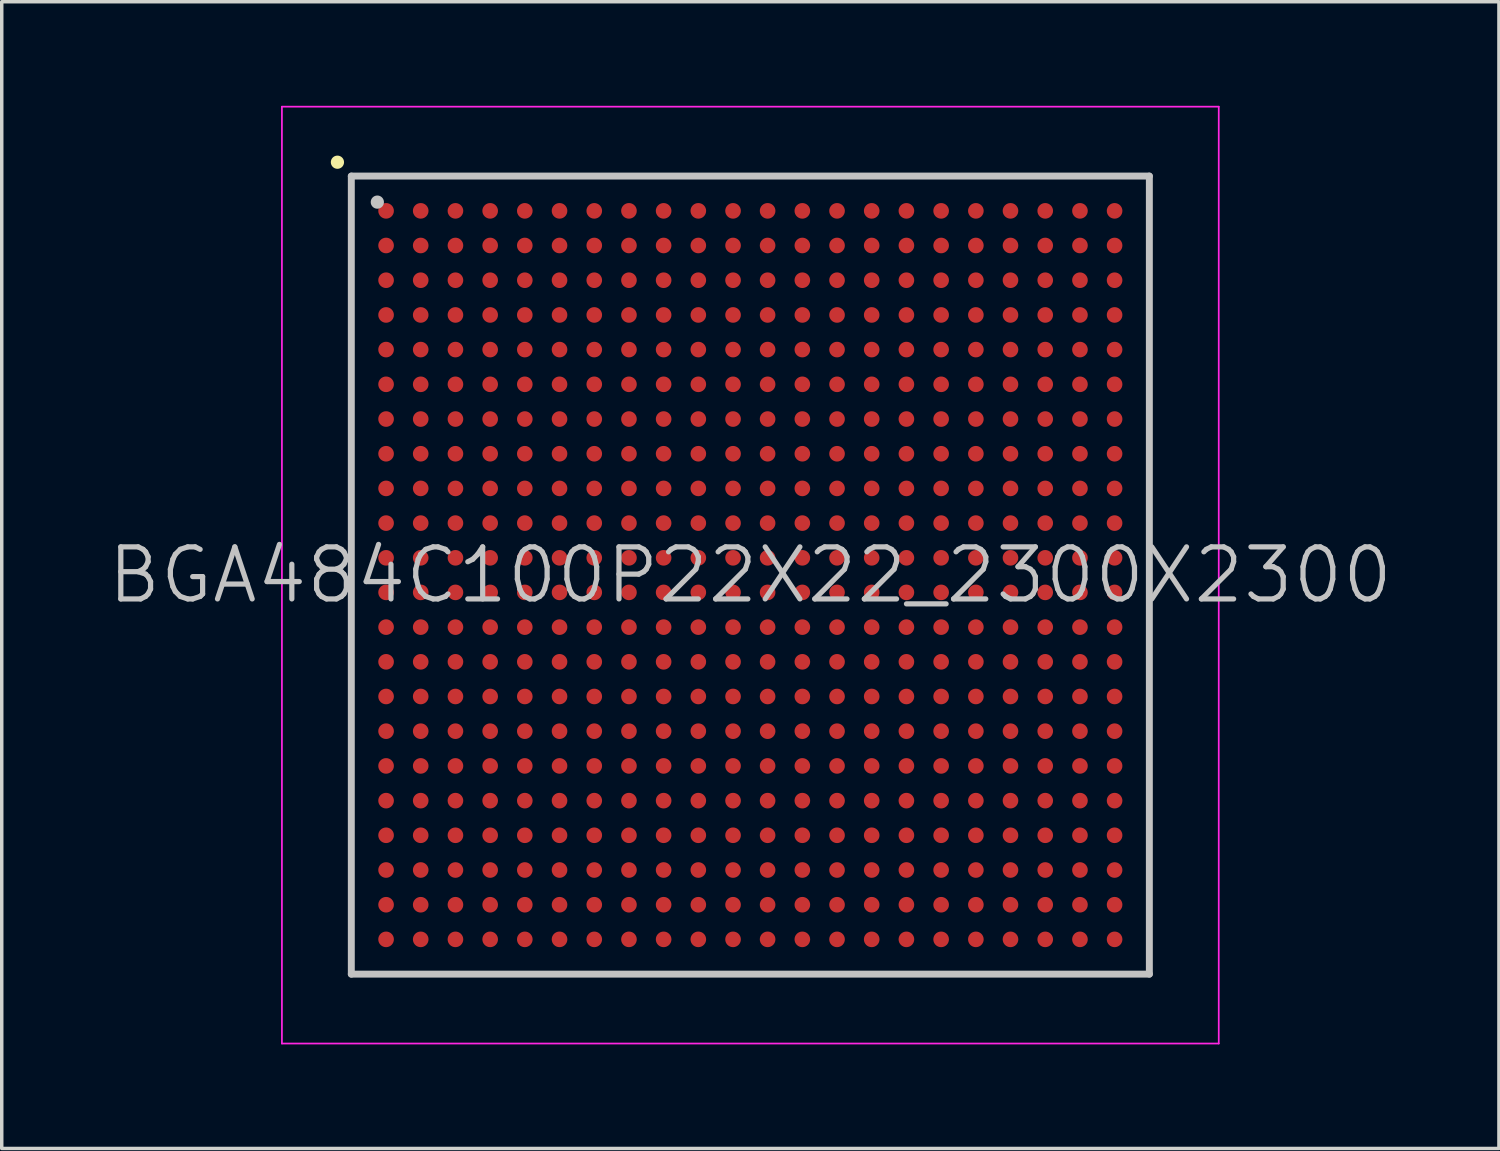
<source format=kicad_pcb>
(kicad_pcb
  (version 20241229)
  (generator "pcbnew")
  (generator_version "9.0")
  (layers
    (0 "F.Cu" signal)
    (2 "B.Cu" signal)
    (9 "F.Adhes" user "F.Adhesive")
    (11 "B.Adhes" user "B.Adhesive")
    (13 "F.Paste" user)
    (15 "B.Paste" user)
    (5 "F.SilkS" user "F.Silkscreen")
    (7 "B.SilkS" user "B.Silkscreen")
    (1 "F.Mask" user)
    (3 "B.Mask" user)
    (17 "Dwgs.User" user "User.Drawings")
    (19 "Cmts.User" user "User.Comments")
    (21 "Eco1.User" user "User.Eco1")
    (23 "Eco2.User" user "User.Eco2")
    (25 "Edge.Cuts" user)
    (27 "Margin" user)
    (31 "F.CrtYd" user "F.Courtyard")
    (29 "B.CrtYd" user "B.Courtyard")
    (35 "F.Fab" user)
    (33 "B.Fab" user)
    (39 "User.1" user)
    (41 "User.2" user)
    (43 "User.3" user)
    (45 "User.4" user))
  (footprint "BGA484C100P22X22_2300X2300"
    (layer "F.Cu")
    (at 18.575 13.525)
    (property "Reference" "BGA484C100P22X22_2300X2300" (at 0 0 0) (layer "Dwgs.User") (effects (font (size 1.5 1.5) (thickness 0.15))))
    (attr smd)
    (fp_line (start -11.9 -11.9) (end -11.9 -11.9) (stroke (width 0.381) (type solid)) (layer "F.SilkS"))
    (fp_line (start -11.5 -11.5) (end -11.5 11.5) (stroke (width 0.2) (type solid)) (layer "Dwgs.User"))
    (fp_line (start -11.5 -11.5) (end 11.5 -11.5) (stroke (width 0.2) (type solid)) (layer "Dwgs.User"))
    (fp_line (start -11.5 11.5) (end 11.5 11.5) (stroke (width 0.2) (type solid)) (layer "Dwgs.User"))
    (fp_line (start -10.75 -10.75) (end -10.75 -10.75) (stroke (width 0.381) (type solid)) (layer "Dwgs.User"))
    (fp_line (start 11.5 -11.5) (end 11.5 11.5) (stroke (width 0.2) (type solid)) (layer "Dwgs.User"))
    (fp_line (start -13.5 -13.5) (end -13.5 13.5) (stroke (width 0.05) (type solid)) (layer "F.CrtYd"))
    (fp_line (start -13.5 -13.5) (end 13.5 -13.5) (stroke (width 0.05) (type solid)) (layer "F.CrtYd"))
    (fp_line (start -13.5 13.5) (end 13.5 13.5) (stroke (width 0.05) (type solid)) (layer "F.CrtYd"))
    (fp_line (start 13.5 -13.5) (end 13.5 13.5) (stroke (width 0.05) (type solid)) (layer "F.CrtYd"))
    (pad "A1" smd circle (at -10.498 -10.498 270) (size 0.45 0.45) (layers "F.Cu" "F.Mask" "F.Paste"))
    (pad "A2" smd circle (at -9.5 -10.498 270) (size 0.45 0.45) (layers "F.Cu" "F.Mask" "F.Paste"))
    (pad "A3" smd circle (at -8.499 -10.498 270) (size 0.45 0.45) (layers "F.Cu" "F.Mask" "F.Paste"))
    (pad "A4" smd circle (at -7.498 -10.498 270) (size 0.45 0.45) (layers "F.Cu" "F.Mask" "F.Paste"))
    (pad "A5" smd circle (at -6.5 -10.498 270) (size 0.45 0.45) (layers "F.Cu" "F.Mask" "F.Paste"))
    (pad "A6" smd circle (at -5.499 -10.498 270) (size 0.45 0.45) (layers "F.Cu" "F.Mask" "F.Paste"))
    (pad "A7" smd circle (at -4.498 -10.498 270) (size 0.45 0.45) (layers "F.Cu" "F.Mask" "F.Paste"))
    (pad "A8" smd circle (at -3.498 -10.498 270) (size 0.45 0.45) (layers "F.Cu" "F.Mask" "F.Paste"))
    (pad "A9" smd circle (at -2.499 -10.498 270) (size 0.45 0.45) (layers "F.Cu" "F.Mask" "F.Paste"))
    (pad "A10" smd circle (at -1.499 -10.498 270) (size 0.45 0.45) (layers "F.Cu" "F.Mask" "F.Paste"))
    (pad "A11" smd circle (at -0.498 -10.498 270) (size 0.45 0.45) (layers "F.Cu" "F.Mask" "F.Paste"))
    (pad "A12" smd circle (at 0.498 -10.498 270) (size 0.45 0.45) (layers "F.Cu" "F.Mask" "F.Paste"))
    (pad "A13" smd circle (at 1.499 -10.498 270) (size 0.45 0.45) (layers "F.Cu" "F.Mask" "F.Paste"))
    (pad "A14" smd circle (at 2.499 -10.498 270) (size 0.45 0.45) (layers "F.Cu" "F.Mask" "F.Paste"))
    (pad "A15" smd circle (at 3.498 -10.498 270) (size 0.45 0.45) (layers "F.Cu" "F.Mask" "F.Paste"))
    (pad "A16" smd circle (at 4.498 -10.498 270) (size 0.45 0.45) (layers "F.Cu" "F.Mask" "F.Paste"))
    (pad "A17" smd circle (at 5.499 -10.498 270) (size 0.45 0.45) (layers "F.Cu" "F.Mask" "F.Paste"))
    (pad "A18" smd circle (at 6.5 -10.498 270) (size 0.45 0.45) (layers "F.Cu" "F.Mask" "F.Paste"))
    (pad "A19" smd circle (at 7.498 -10.498 270) (size 0.45 0.45) (layers "F.Cu" "F.Mask" "F.Paste"))
    (pad "A20" smd circle (at 8.499 -10.498 270) (size 0.45 0.45) (layers "F.Cu" "F.Mask" "F.Paste"))
    (pad "A21" smd circle (at 9.5 -10.498 270) (size 0.45 0.45) (layers "F.Cu" "F.Mask" "F.Paste"))
    (pad "A22" smd circle (at 10.498 -10.498 270) (size 0.45 0.45) (layers "F.Cu" "F.Mask" "F.Paste"))
    (pad "AA1" smd circle (at -10.498 9.5 270) (size 0.45 0.45) (layers "F.Cu" "F.Mask" "F.Paste"))
    (pad "AA2" smd circle (at -9.5 9.5 270) (size 0.45 0.45) (layers "F.Cu" "F.Mask" "F.Paste"))
    (pad "AA3" smd circle (at -8.499 9.5 270) (size 0.45 0.45) (layers "F.Cu" "F.Mask" "F.Paste"))
    (pad "AA4" smd circle (at -7.498 9.5 270) (size 0.45 0.45) (layers "F.Cu" "F.Mask" "F.Paste"))
    (pad "AA5" smd circle (at -6.5 9.5 270) (size 0.45 0.45) (layers "F.Cu" "F.Mask" "F.Paste"))
    (pad "AA6" smd circle (at -5.499 9.5 270) (size 0.45 0.45) (layers "F.Cu" "F.Mask" "F.Paste"))
    (pad "AA7" smd circle (at -4.498 9.5 270) (size 0.45 0.45) (layers "F.Cu" "F.Mask" "F.Paste"))
    (pad "AA8" smd circle (at -3.498 9.5 270) (size 0.45 0.45) (layers "F.Cu" "F.Mask" "F.Paste"))
    (pad "AA9" smd circle (at -2.499 9.5 270) (size 0.45 0.45) (layers "F.Cu" "F.Mask" "F.Paste"))
    (pad "AA10" smd circle (at -1.499 9.5 270) (size 0.45 0.45) (layers "F.Cu" "F.Mask" "F.Paste"))
    (pad "AA11" smd circle (at -0.498 9.5 270) (size 0.45 0.45) (layers "F.Cu" "F.Mask" "F.Paste"))
    (pad "AA12" smd circle (at 0.498 9.5 270) (size 0.45 0.45) (layers "F.Cu" "F.Mask" "F.Paste"))
    (pad "AA13" smd circle (at 1.499 9.5 270) (size 0.45 0.45) (layers "F.Cu" "F.Mask" "F.Paste"))
    (pad "AA14" smd circle (at 2.499 9.5 270) (size 0.45 0.45) (layers "F.Cu" "F.Mask" "F.Paste"))
    (pad "AA15" smd circle (at 3.498 9.5 270) (size 0.45 0.45) (layers "F.Cu" "F.Mask" "F.Paste"))
    (pad "AA16" smd circle (at 4.498 9.5 270) (size 0.45 0.45) (layers "F.Cu" "F.Mask" "F.Paste"))
    (pad "AA17" smd circle (at 5.499 9.5 270) (size 0.45 0.45) (layers "F.Cu" "F.Mask" "F.Paste"))
    (pad "AA18" smd circle (at 6.5 9.5 270) (size 0.45 0.45) (layers "F.Cu" "F.Mask" "F.Paste"))
    (pad "AA19" smd circle (at 7.498 9.5 270) (size 0.45 0.45) (layers "F.Cu" "F.Mask" "F.Paste"))
    (pad "AA20" smd circle (at 8.499 9.5 270) (size 0.45 0.45) (layers "F.Cu" "F.Mask" "F.Paste"))
    (pad "AA21" smd circle (at 9.5 9.5 270) (size 0.45 0.45) (layers "F.Cu" "F.Mask" "F.Paste"))
    (pad "AA22" smd circle (at 10.498 9.5 270) (size 0.45 0.45) (layers "F.Cu" "F.Mask" "F.Paste"))
    (pad "AB1" smd circle (at -10.498 10.498 270) (size 0.45 0.45) (layers "F.Cu" "F.Mask" "F.Paste"))
    (pad "AB2" smd circle (at -9.5 10.498 270) (size 0.45 0.45) (layers "F.Cu" "F.Mask" "F.Paste"))
    (pad "AB3" smd circle (at -8.499 10.498 270) (size 0.45 0.45) (layers "F.Cu" "F.Mask" "F.Paste"))
    (pad "AB4" smd circle (at -7.498 10.498 270) (size 0.45 0.45) (layers "F.Cu" "F.Mask" "F.Paste"))
    (pad "AB5" smd circle (at -6.5 10.498 270) (size 0.45 0.45) (layers "F.Cu" "F.Mask" "F.Paste"))
    (pad "AB6" smd circle (at -5.499 10.498 270) (size 0.45 0.45) (layers "F.Cu" "F.Mask" "F.Paste"))
    (pad "AB7" smd circle (at -4.498 10.498 270) (size 0.45 0.45) (layers "F.Cu" "F.Mask" "F.Paste"))
    (pad "AB8" smd circle (at -3.498 10.498 270) (size 0.45 0.45) (layers "F.Cu" "F.Mask" "F.Paste"))
    (pad "AB9" smd circle (at -2.499 10.498 270) (size 0.45 0.45) (layers "F.Cu" "F.Mask" "F.Paste"))
    (pad "AB10" smd circle (at -1.499 10.498 270) (size 0.45 0.45) (layers "F.Cu" "F.Mask" "F.Paste"))
    (pad "AB11" smd circle (at -0.498 10.498 270) (size 0.45 0.45) (layers "F.Cu" "F.Mask" "F.Paste"))
    (pad "AB12" smd circle (at 0.498 10.498 270) (size 0.45 0.45) (layers "F.Cu" "F.Mask" "F.Paste"))
    (pad "AB13" smd circle (at 1.499 10.498 270) (size 0.45 0.45) (layers "F.Cu" "F.Mask" "F.Paste"))
    (pad "AB14" smd circle (at 2.499 10.498 270) (size 0.45 0.45) (layers "F.Cu" "F.Mask" "F.Paste"))
    (pad "AB15" smd circle (at 3.498 10.498 270) (size 0.45 0.45) (layers "F.Cu" "F.Mask" "F.Paste"))
    (pad "AB16" smd circle (at 4.498 10.498 270) (size 0.45 0.45) (layers "F.Cu" "F.Mask" "F.Paste"))
    (pad "AB17" smd circle (at 5.499 10.498 270) (size 0.45 0.45) (layers "F.Cu" "F.Mask" "F.Paste"))
    (pad "AB18" smd circle (at 6.5 10.498 270) (size 0.45 0.45) (layers "F.Cu" "F.Mask" "F.Paste"))
    (pad "AB19" smd circle (at 7.498 10.498 270) (size 0.45 0.45) (layers "F.Cu" "F.Mask" "F.Paste"))
    (pad "AB20" smd circle (at 8.499 10.498 270) (size 0.45 0.45) (layers "F.Cu" "F.Mask" "F.Paste"))
    (pad "AB21" smd circle (at 9.5 10.498 270) (size 0.45 0.45) (layers "F.Cu" "F.Mask" "F.Paste"))
    (pad "AB22" smd circle (at 10.498 10.498 270) (size 0.45 0.45) (layers "F.Cu" "F.Mask" "F.Paste"))
    (pad "B1" smd circle (at -10.498 -9.5 270) (size 0.45 0.45) (layers "F.Cu" "F.Mask" "F.Paste"))
    (pad "B2" smd circle (at -9.5 -9.5 270) (size 0.45 0.45) (layers "F.Cu" "F.Mask" "F.Paste"))
    (pad "B3" smd circle (at -8.499 -9.5 270) (size 0.45 0.45) (layers "F.Cu" "F.Mask" "F.Paste"))
    (pad "B4" smd circle (at -7.498 -9.5 270) (size 0.45 0.45) (layers "F.Cu" "F.Mask" "F.Paste"))
    (pad "B5" smd circle (at -6.5 -9.5 270) (size 0.45 0.45) (layers "F.Cu" "F.Mask" "F.Paste"))
    (pad "B6" smd circle (at -5.499 -9.5 270) (size 0.45 0.45) (layers "F.Cu" "F.Mask" "F.Paste"))
    (pad "B7" smd circle (at -4.498 -9.5 270) (size 0.45 0.45) (layers "F.Cu" "F.Mask" "F.Paste"))
    (pad "B8" smd circle (at -3.498 -9.5 270) (size 0.45 0.45) (layers "F.Cu" "F.Mask" "F.Paste"))
    (pad "B9" smd circle (at -2.499 -9.5 270) (size 0.45 0.45) (layers "F.Cu" "F.Mask" "F.Paste"))
    (pad "B10" smd circle (at -1.499 -9.5 270) (size 0.45 0.45) (layers "F.Cu" "F.Mask" "F.Paste"))
    (pad "B11" smd circle (at -0.498 -9.5 270) (size 0.45 0.45) (layers "F.Cu" "F.Mask" "F.Paste"))
    (pad "B12" smd circle (at 0.498 -9.5 270) (size 0.45 0.45) (layers "F.Cu" "F.Mask" "F.Paste"))
    (pad "B13" smd circle (at 1.499 -9.5 270) (size 0.45 0.45) (layers "F.Cu" "F.Mask" "F.Paste"))
    (pad "B14" smd circle (at 2.499 -9.5 270) (size 0.45 0.45) (layers "F.Cu" "F.Mask" "F.Paste"))
    (pad "B15" smd circle (at 3.498 -9.5 270) (size 0.45 0.45) (layers "F.Cu" "F.Mask" "F.Paste"))
    (pad "B16" smd circle (at 4.498 -9.5 270) (size 0.45 0.45) (layers "F.Cu" "F.Mask" "F.Paste"))
    (pad "B17" smd circle (at 5.499 -9.5 270) (size 0.45 0.45) (layers "F.Cu" "F.Mask" "F.Paste"))
    (pad "B18" smd circle (at 6.5 -9.5 270) (size 0.45 0.45) (layers "F.Cu" "F.Mask" "F.Paste"))
    (pad "B19" smd circle (at 7.498 -9.5 270) (size 0.45 0.45) (layers "F.Cu" "F.Mask" "F.Paste"))
    (pad "B20" smd circle (at 8.499 -9.5 270) (size 0.45 0.45) (layers "F.Cu" "F.Mask" "F.Paste"))
    (pad "B21" smd circle (at 9.5 -9.5 270) (size 0.45 0.45) (layers "F.Cu" "F.Mask" "F.Paste"))
    (pad "B22" smd circle (at 10.498 -9.5 270) (size 0.45 0.45) (layers "F.Cu" "F.Mask" "F.Paste"))
    (pad "C1" smd circle (at -10.498 -8.499 270) (size 0.45 0.45) (layers "F.Cu" "F.Mask" "F.Paste"))
    (pad "C2" smd circle (at -9.5 -8.499 270) (size 0.45 0.45) (layers "F.Cu" "F.Mask" "F.Paste"))
    (pad "C3" smd circle (at -8.499 -8.499 270) (size 0.45 0.45) (layers "F.Cu" "F.Mask" "F.Paste"))
    (pad "C4" smd circle (at -7.498 -8.499 270) (size 0.45 0.45) (layers "F.Cu" "F.Mask" "F.Paste"))
    (pad "C5" smd circle (at -6.5 -8.499 270) (size 0.45 0.45) (layers "F.Cu" "F.Mask" "F.Paste"))
    (pad "C6" smd circle (at -5.499 -8.499 270) (size 0.45 0.45) (layers "F.Cu" "F.Mask" "F.Paste"))
    (pad "C7" smd circle (at -4.498 -8.499 270) (size 0.45 0.45) (layers "F.Cu" "F.Mask" "F.Paste"))
    (pad "C8" smd circle (at -3.498 -8.499 270) (size 0.45 0.45) (layers "F.Cu" "F.Mask" "F.Paste"))
    (pad "C9" smd circle (at -2.499 -8.499 270) (size 0.45 0.45) (layers "F.Cu" "F.Mask" "F.Paste"))
    (pad "C10" smd circle (at -1.499 -8.499 270) (size 0.45 0.45) (layers "F.Cu" "F.Mask" "F.Paste"))
    (pad "C11" smd circle (at -0.498 -8.499 270) (size 0.45 0.45) (layers "F.Cu" "F.Mask" "F.Paste"))
    (pad "C12" smd circle (at 0.498 -8.499 270) (size 0.45 0.45) (layers "F.Cu" "F.Mask" "F.Paste"))
    (pad "C13" smd circle (at 1.499 -8.499 270) (size 0.45 0.45) (layers "F.Cu" "F.Mask" "F.Paste"))
    (pad "C14" smd circle (at 2.499 -8.499 270) (size 0.45 0.45) (layers "F.Cu" "F.Mask" "F.Paste"))
    (pad "C15" smd circle (at 3.498 -8.499 270) (size 0.45 0.45) (layers "F.Cu" "F.Mask" "F.Paste"))
    (pad "C16" smd circle (at 4.498 -8.499 270) (size 0.45 0.45) (layers "F.Cu" "F.Mask" "F.Paste"))
    (pad "C17" smd circle (at 5.499 -8.499 270) (size 0.45 0.45) (layers "F.Cu" "F.Mask" "F.Paste"))
    (pad "C18" smd circle (at 6.5 -8.499 270) (size 0.45 0.45) (layers "F.Cu" "F.Mask" "F.Paste"))
    (pad "C19" smd circle (at 7.498 -8.499 270) (size 0.45 0.45) (layers "F.Cu" "F.Mask" "F.Paste"))
    (pad "C20" smd circle (at 8.499 -8.499 270) (size 0.45 0.45) (layers "F.Cu" "F.Mask" "F.Paste"))
    (pad "C21" smd circle (at 9.5 -8.499 270) (size 0.45 0.45) (layers "F.Cu" "F.Mask" "F.Paste"))
    (pad "C22" smd circle (at 10.498 -8.499 270) (size 0.45 0.45) (layers "F.Cu" "F.Mask" "F.Paste"))
    (pad "D1" smd circle (at -10.498 -7.498 270) (size 0.45 0.45) (layers "F.Cu" "F.Mask" "F.Paste"))
    (pad "D2" smd circle (at -9.5 -7.498 270) (size 0.45 0.45) (layers "F.Cu" "F.Mask" "F.Paste"))
    (pad "D3" smd circle (at -8.499 -7.498 270) (size 0.45 0.45) (layers "F.Cu" "F.Mask" "F.Paste"))
    (pad "D4" smd circle (at -7.498 -7.498 270) (size 0.45 0.45) (layers "F.Cu" "F.Mask" "F.Paste"))
    (pad "D5" smd circle (at -6.5 -7.498 270) (size 0.45 0.45) (layers "F.Cu" "F.Mask" "F.Paste"))
    (pad "D6" smd circle (at -5.499 -7.498 270) (size 0.45 0.45) (layers "F.Cu" "F.Mask" "F.Paste"))
    (pad "D7" smd circle (at -4.498 -7.498 270) (size 0.45 0.45) (layers "F.Cu" "F.Mask" "F.Paste"))
    (pad "D8" smd circle (at -3.498 -7.498 270) (size 0.45 0.45) (layers "F.Cu" "F.Mask" "F.Paste"))
    (pad "D9" smd circle (at -2.499 -7.498 270) (size 0.45 0.45) (layers "F.Cu" "F.Mask" "F.Paste"))
    (pad "D10" smd circle (at -1.499 -7.498 270) (size 0.45 0.45) (layers "F.Cu" "F.Mask" "F.Paste"))
    (pad "D11" smd circle (at -0.498 -7.498 270) (size 0.45 0.45) (layers "F.Cu" "F.Mask" "F.Paste"))
    (pad "D12" smd circle (at 0.498 -7.498 270) (size 0.45 0.45) (layers "F.Cu" "F.Mask" "F.Paste"))
    (pad "D13" smd circle (at 1.499 -7.498 270) (size 0.45 0.45) (layers "F.Cu" "F.Mask" "F.Paste"))
    (pad "D14" smd circle (at 2.499 -7.498 270) (size 0.45 0.45) (layers "F.Cu" "F.Mask" "F.Paste"))
    (pad "D15" smd circle (at 3.498 -7.498 270) (size 0.45 0.45) (layers "F.Cu" "F.Mask" "F.Paste"))
    (pad "D16" smd circle (at 4.498 -7.498 270) (size 0.45 0.45) (layers "F.Cu" "F.Mask" "F.Paste"))
    (pad "D17" smd circle (at 5.499 -7.498 270) (size 0.45 0.45) (layers "F.Cu" "F.Mask" "F.Paste"))
    (pad "D18" smd circle (at 6.5 -7.498 270) (size 0.45 0.45) (layers "F.Cu" "F.Mask" "F.Paste"))
    (pad "D19" smd circle (at 7.498 -7.498 270) (size 0.45 0.45) (layers "F.Cu" "F.Mask" "F.Paste"))
    (pad "D20" smd circle (at 8.499 -7.498 270) (size 0.45 0.45) (layers "F.Cu" "F.Mask" "F.Paste"))
    (pad "D21" smd circle (at 9.5 -7.498 270) (size 0.45 0.45) (layers "F.Cu" "F.Mask" "F.Paste"))
    (pad "D22" smd circle (at 10.498 -7.498 270) (size 0.45 0.45) (layers "F.Cu" "F.Mask" "F.Paste"))
    (pad "E1" smd circle (at -10.498 -6.5 270) (size 0.45 0.45) (layers "F.Cu" "F.Mask" "F.Paste"))
    (pad "E2" smd circle (at -9.5 -6.5 270) (size 0.45 0.45) (layers "F.Cu" "F.Mask" "F.Paste"))
    (pad "E3" smd circle (at -8.499 -6.5 270) (size 0.45 0.45) (layers "F.Cu" "F.Mask" "F.Paste"))
    (pad "E4" smd circle (at -7.498 -6.5 270) (size 0.45 0.45) (layers "F.Cu" "F.Mask" "F.Paste"))
    (pad "E5" smd circle (at -6.5 -6.5 270) (size 0.45 0.45) (layers "F.Cu" "F.Mask" "F.Paste"))
    (pad "E6" smd circle (at -5.499 -6.5 270) (size 0.45 0.45) (layers "F.Cu" "F.Mask" "F.Paste"))
    (pad "E7" smd circle (at -4.498 -6.5 270) (size 0.45 0.45) (layers "F.Cu" "F.Mask" "F.Paste"))
    (pad "E8" smd circle (at -3.498 -6.5 270) (size 0.45 0.45) (layers "F.Cu" "F.Mask" "F.Paste"))
    (pad "E9" smd circle (at -2.499 -6.5 270) (size 0.45 0.45) (layers "F.Cu" "F.Mask" "F.Paste"))
    (pad "E10" smd circle (at -1.499 -6.5 270) (size 0.45 0.45) (layers "F.Cu" "F.Mask" "F.Paste"))
    (pad "E11" smd circle (at -0.498 -6.5 270) (size 0.45 0.45) (layers "F.Cu" "F.Mask" "F.Paste"))
    (pad "E12" smd circle (at 0.498 -6.5 270) (size 0.45 0.45) (layers "F.Cu" "F.Mask" "F.Paste"))
    (pad "E13" smd circle (at 1.499 -6.5 270) (size 0.45 0.45) (layers "F.Cu" "F.Mask" "F.Paste"))
    (pad "E14" smd circle (at 2.499 -6.5 270) (size 0.45 0.45) (layers "F.Cu" "F.Mask" "F.Paste"))
    (pad "E15" smd circle (at 3.498 -6.5 270) (size 0.45 0.45) (layers "F.Cu" "F.Mask" "F.Paste"))
    (pad "E16" smd circle (at 4.498 -6.5 270) (size 0.45 0.45) (layers "F.Cu" "F.Mask" "F.Paste"))
    (pad "E17" smd circle (at 5.499 -6.5 270) (size 0.45 0.45) (layers "F.Cu" "F.Mask" "F.Paste"))
    (pad "E18" smd circle (at 6.5 -6.5 270) (size 0.45 0.45) (layers "F.Cu" "F.Mask" "F.Paste"))
    (pad "E19" smd circle (at 7.498 -6.5 270) (size 0.45 0.45) (layers "F.Cu" "F.Mask" "F.Paste"))
    (pad "E20" smd circle (at 8.499 -6.5 270) (size 0.45 0.45) (layers "F.Cu" "F.Mask" "F.Paste"))
    (pad "E21" smd circle (at 9.5 -6.5 270) (size 0.45 0.45) (layers "F.Cu" "F.Mask" "F.Paste"))
    (pad "E22" smd circle (at 10.498 -6.5 270) (size 0.45 0.45) (layers "F.Cu" "F.Mask" "F.Paste"))
    (pad "F1" smd circle (at -10.498 -5.499 270) (size 0.45 0.45) (layers "F.Cu" "F.Mask" "F.Paste"))
    (pad "F2" smd circle (at -9.5 -5.499 270) (size 0.45 0.45) (layers "F.Cu" "F.Mask" "F.Paste"))
    (pad "F3" smd circle (at -8.499 -5.499 270) (size 0.45 0.45) (layers "F.Cu" "F.Mask" "F.Paste"))
    (pad "F4" smd circle (at -7.498 -5.499 270) (size 0.45 0.45) (layers "F.Cu" "F.Mask" "F.Paste"))
    (pad "F5" smd circle (at -6.5 -5.499 270) (size 0.45 0.45) (layers "F.Cu" "F.Mask" "F.Paste"))
    (pad "F6" smd circle (at -5.499 -5.499 270) (size 0.45 0.45) (layers "F.Cu" "F.Mask" "F.Paste"))
    (pad "F7" smd circle (at -4.498 -5.499 270) (size 0.45 0.45) (layers "F.Cu" "F.Mask" "F.Paste"))
    (pad "F8" smd circle (at -3.498 -5.499 270) (size 0.45 0.45) (layers "F.Cu" "F.Mask" "F.Paste"))
    (pad "F9" smd circle (at -2.499 -5.499 270) (size 0.45 0.45) (layers "F.Cu" "F.Mask" "F.Paste"))
    (pad "F10" smd circle (at -1.499 -5.499 270) (size 0.45 0.45) (layers "F.Cu" "F.Mask" "F.Paste"))
    (pad "F11" smd circle (at -0.498 -5.499 270) (size 0.45 0.45) (layers "F.Cu" "F.Mask" "F.Paste"))
    (pad "F12" smd circle (at 0.498 -5.499 270) (size 0.45 0.45) (layers "F.Cu" "F.Mask" "F.Paste"))
    (pad "F13" smd circle (at 1.499 -5.499 270) (size 0.45 0.45) (layers "F.Cu" "F.Mask" "F.Paste"))
    (pad "F14" smd circle (at 2.499 -5.499 270) (size 0.45 0.45) (layers "F.Cu" "F.Mask" "F.Paste"))
    (pad "F15" smd circle (at 3.498 -5.499 270) (size 0.45 0.45) (layers "F.Cu" "F.Mask" "F.Paste"))
    (pad "F16" smd circle (at 4.498 -5.499 270) (size 0.45 0.45) (layers "F.Cu" "F.Mask" "F.Paste"))
    (pad "F17" smd circle (at 5.499 -5.499 270) (size 0.45 0.45) (layers "F.Cu" "F.Mask" "F.Paste"))
    (pad "F18" smd circle (at 6.5 -5.499 270) (size 0.45 0.45) (layers "F.Cu" "F.Mask" "F.Paste"))
    (pad "F19" smd circle (at 7.498 -5.499 270) (size 0.45 0.45) (layers "F.Cu" "F.Mask" "F.Paste"))
    (pad "F20" smd circle (at 8.499 -5.499 270) (size 0.45 0.45) (layers "F.Cu" "F.Mask" "F.Paste"))
    (pad "F21" smd circle (at 9.5 -5.499 270) (size 0.45 0.45) (layers "F.Cu" "F.Mask" "F.Paste"))
    (pad "F22" smd circle (at 10.498 -5.499 270) (size 0.45 0.45) (layers "F.Cu" "F.Mask" "F.Paste"))
    (pad "G1" smd circle (at -10.498 -4.498 270) (size 0.45 0.45) (layers "F.Cu" "F.Mask" "F.Paste"))
    (pad "G2" smd circle (at -9.5 -4.498 270) (size 0.45 0.45) (layers "F.Cu" "F.Mask" "F.Paste"))
    (pad "G3" smd circle (at -8.499 -4.498 270) (size 0.45 0.45) (layers "F.Cu" "F.Mask" "F.Paste"))
    (pad "G4" smd circle (at -7.498 -4.498 270) (size 0.45 0.45) (layers "F.Cu" "F.Mask" "F.Paste"))
    (pad "G5" smd circle (at -6.5 -4.498 270) (size 0.45 0.45) (layers "F.Cu" "F.Mask" "F.Paste"))
    (pad "G6" smd circle (at -5.499 -4.498 270) (size 0.45 0.45) (layers "F.Cu" "F.Mask" "F.Paste"))
    (pad "G7" smd circle (at -4.498 -4.498 270) (size 0.45 0.45) (layers "F.Cu" "F.Mask" "F.Paste"))
    (pad "G8" smd circle (at -3.498 -4.498 270) (size 0.45 0.45) (layers "F.Cu" "F.Mask" "F.Paste"))
    (pad "G9" smd circle (at -2.499 -4.498 270) (size 0.45 0.45) (layers "F.Cu" "F.Mask" "F.Paste"))
    (pad "G10" smd circle (at -1.499 -4.498 270) (size 0.45 0.45) (layers "F.Cu" "F.Mask" "F.Paste"))
    (pad "G11" smd circle (at -0.498 -4.498 270) (size 0.45 0.45) (layers "F.Cu" "F.Mask" "F.Paste"))
    (pad "G12" smd circle (at 0.498 -4.498 270) (size 0.45 0.45) (layers "F.Cu" "F.Mask" "F.Paste"))
    (pad "G13" smd circle (at 1.499 -4.498 270) (size 0.45 0.45) (layers "F.Cu" "F.Mask" "F.Paste"))
    (pad "G14" smd circle (at 2.499 -4.498 270) (size 0.45 0.45) (layers "F.Cu" "F.Mask" "F.Paste"))
    (pad "G15" smd circle (at 3.498 -4.498 270) (size 0.45 0.45) (layers "F.Cu" "F.Mask" "F.Paste"))
    (pad "G16" smd circle (at 4.498 -4.498 270) (size 0.45 0.45) (layers "F.Cu" "F.Mask" "F.Paste"))
    (pad "G17" smd circle (at 5.499 -4.498 270) (size 0.45 0.45) (layers "F.Cu" "F.Mask" "F.Paste"))
    (pad "G18" smd circle (at 6.5 -4.498 270) (size 0.45 0.45) (layers "F.Cu" "F.Mask" "F.Paste"))
    (pad "G19" smd circle (at 7.498 -4.498 270) (size 0.45 0.45) (layers "F.Cu" "F.Mask" "F.Paste"))
    (pad "G20" smd circle (at 8.499 -4.498 270) (size 0.45 0.45) (layers "F.Cu" "F.Mask" "F.Paste"))
    (pad "G21" smd circle (at 9.5 -4.498 270) (size 0.45 0.45) (layers "F.Cu" "F.Mask" "F.Paste"))
    (pad "G22" smd circle (at 10.498 -4.498 270) (size 0.45 0.45) (layers "F.Cu" "F.Mask" "F.Paste"))
    (pad "H1" smd circle (at -10.498 -3.498 270) (size 0.45 0.45) (layers "F.Cu" "F.Mask" "F.Paste"))
    (pad "H2" smd circle (at -9.5 -3.498 270) (size 0.45 0.45) (layers "F.Cu" "F.Mask" "F.Paste"))
    (pad "H3" smd circle (at -8.499 -3.498 270) (size 0.45 0.45) (layers "F.Cu" "F.Mask" "F.Paste"))
    (pad "H4" smd circle (at -7.498 -3.498 270) (size 0.45 0.45) (layers "F.Cu" "F.Mask" "F.Paste"))
    (pad "H5" smd circle (at -6.5 -3.498 270) (size 0.45 0.45) (layers "F.Cu" "F.Mask" "F.Paste"))
    (pad "H6" smd circle (at -5.499 -3.498 270) (size 0.45 0.45) (layers "F.Cu" "F.Mask" "F.Paste"))
    (pad "H7" smd circle (at -4.498 -3.498 270) (size 0.45 0.45) (layers "F.Cu" "F.Mask" "F.Paste"))
    (pad "H8" smd circle (at -3.498 -3.498 270) (size 0.45 0.45) (layers "F.Cu" "F.Mask" "F.Paste"))
    (pad "H9" smd circle (at -2.499 -3.498 270) (size 0.45 0.45) (layers "F.Cu" "F.Mask" "F.Paste"))
    (pad "H10" smd circle (at -1.499 -3.498 270) (size 0.45 0.45) (layers "F.Cu" "F.Mask" "F.Paste"))
    (pad "H11" smd circle (at -0.498 -3.498 270) (size 0.45 0.45) (layers "F.Cu" "F.Mask" "F.Paste"))
    (pad "H12" smd circle (at 0.498 -3.498 270) (size 0.45 0.45) (layers "F.Cu" "F.Mask" "F.Paste"))
    (pad "H13" smd circle (at 1.499 -3.498 270) (size 0.45 0.45) (layers "F.Cu" "F.Mask" "F.Paste"))
    (pad "H14" smd circle (at 2.499 -3.498 270) (size 0.45 0.45) (layers "F.Cu" "F.Mask" "F.Paste"))
    (pad "H15" smd circle (at 3.498 -3.498 270) (size 0.45 0.45) (layers "F.Cu" "F.Mask" "F.Paste"))
    (pad "H16" smd circle (at 4.498 -3.498 270) (size 0.45 0.45) (layers "F.Cu" "F.Mask" "F.Paste"))
    (pad "H17" smd circle (at 5.499 -3.498 270) (size 0.45 0.45) (layers "F.Cu" "F.Mask" "F.Paste"))
    (pad "H18" smd circle (at 6.5 -3.498 270) (size 0.45 0.45) (layers "F.Cu" "F.Mask" "F.Paste"))
    (pad "H19" smd circle (at 7.498 -3.498 270) (size 0.45 0.45) (layers "F.Cu" "F.Mask" "F.Paste"))
    (pad "H20" smd circle (at 8.499 -3.498 270) (size 0.45 0.45) (layers "F.Cu" "F.Mask" "F.Paste"))
    (pad "H21" smd circle (at 9.5 -3.498 270) (size 0.45 0.45) (layers "F.Cu" "F.Mask" "F.Paste"))
    (pad "H22" smd circle (at 10.498 -3.498 270) (size 0.45 0.45) (layers "F.Cu" "F.Mask" "F.Paste"))
    (pad "J1" smd circle (at -10.498 -2.499 270) (size 0.45 0.45) (layers "F.Cu" "F.Mask" "F.Paste"))
    (pad "J2" smd circle (at -9.5 -2.499 270) (size 0.45 0.45) (layers "F.Cu" "F.Mask" "F.Paste"))
    (pad "J3" smd circle (at -8.499 -2.499 270) (size 0.45 0.45) (layers "F.Cu" "F.Mask" "F.Paste"))
    (pad "J4" smd circle (at -7.498 -2.499 270) (size 0.45 0.45) (layers "F.Cu" "F.Mask" "F.Paste"))
    (pad "J5" smd circle (at -6.5 -2.499 270) (size 0.45 0.45) (layers "F.Cu" "F.Mask" "F.Paste"))
    (pad "J6" smd circle (at -5.499 -2.499 270) (size 0.45 0.45) (layers "F.Cu" "F.Mask" "F.Paste"))
    (pad "J7" smd circle (at -4.498 -2.499 270) (size 0.45 0.45) (layers "F.Cu" "F.Mask" "F.Paste"))
    (pad "J8" smd circle (at -3.498 -2.499 270) (size 0.45 0.45) (layers "F.Cu" "F.Mask" "F.Paste"))
    (pad "J9" smd circle (at -2.499 -2.499 270) (size 0.45 0.45) (layers "F.Cu" "F.Mask" "F.Paste"))
    (pad "J10" smd circle (at -1.499 -2.499 270) (size 0.45 0.45) (layers "F.Cu" "F.Mask" "F.Paste"))
    (pad "J11" smd circle (at -0.498 -2.499 270) (size 0.45 0.45) (layers "F.Cu" "F.Mask" "F.Paste"))
    (pad "J12" smd circle (at 0.498 -2.499 270) (size 0.45 0.45) (layers "F.Cu" "F.Mask" "F.Paste"))
    (pad "J13" smd circle (at 1.499 -2.499 270) (size 0.45 0.45) (layers "F.Cu" "F.Mask" "F.Paste"))
    (pad "J14" smd circle (at 2.499 -2.499 270) (size 0.45 0.45) (layers "F.Cu" "F.Mask" "F.Paste"))
    (pad "J15" smd circle (at 3.498 -2.499 270) (size 0.45 0.45) (layers "F.Cu" "F.Mask" "F.Paste"))
    (pad "J16" smd circle (at 4.498 -2.499 270) (size 0.45 0.45) (layers "F.Cu" "F.Mask" "F.Paste"))
    (pad "J17" smd circle (at 5.499 -2.499 270) (size 0.45 0.45) (layers "F.Cu" "F.Mask" "F.Paste"))
    (pad "J18" smd circle (at 6.5 -2.499 270) (size 0.45 0.45) (layers "F.Cu" "F.Mask" "F.Paste"))
    (pad "J19" smd circle (at 7.498 -2.499 270) (size 0.45 0.45) (layers "F.Cu" "F.Mask" "F.Paste"))
    (pad "J20" smd circle (at 8.499 -2.499 270) (size 0.45 0.45) (layers "F.Cu" "F.Mask" "F.Paste"))
    (pad "J21" smd circle (at 9.5 -2.499 270) (size 0.45 0.45) (layers "F.Cu" "F.Mask" "F.Paste"))
    (pad "J22" smd circle (at 10.498 -2.499 270) (size 0.45 0.45) (layers "F.Cu" "F.Mask" "F.Paste"))
    (pad "K1" smd circle (at -10.498 -1.499 270) (size 0.45 0.45) (layers "F.Cu" "F.Mask" "F.Paste"))
    (pad "K2" smd circle (at -9.5 -1.499 270) (size 0.45 0.45) (layers "F.Cu" "F.Mask" "F.Paste"))
    (pad "K3" smd circle (at -8.499 -1.499 270) (size 0.45 0.45) (layers "F.Cu" "F.Mask" "F.Paste"))
    (pad "K4" smd circle (at -7.498 -1.499 270) (size 0.45 0.45) (layers "F.Cu" "F.Mask" "F.Paste"))
    (pad "K5" smd circle (at -6.5 -1.499 270) (size 0.45 0.45) (layers "F.Cu" "F.Mask" "F.Paste"))
    (pad "K6" smd circle (at -5.499 -1.499 270) (size 0.45 0.45) (layers "F.Cu" "F.Mask" "F.Paste"))
    (pad "K7" smd circle (at -4.498 -1.499 270) (size 0.45 0.45) (layers "F.Cu" "F.Mask" "F.Paste"))
    (pad "K8" smd circle (at -3.498 -1.499 270) (size 0.45 0.45) (layers "F.Cu" "F.Mask" "F.Paste"))
    (pad "K9" smd circle (at -2.499 -1.499 270) (size 0.45 0.45) (layers "F.Cu" "F.Mask" "F.Paste"))
    (pad "K10" smd circle (at -1.499 -1.499 270) (size 0.45 0.45) (layers "F.Cu" "F.Mask" "F.Paste"))
    (pad "K11" smd circle (at -0.498 -1.499 270) (size 0.45 0.45) (layers "F.Cu" "F.Mask" "F.Paste"))
    (pad "K12" smd circle (at 0.498 -1.499 270) (size 0.45 0.45) (layers "F.Cu" "F.Mask" "F.Paste"))
    (pad "K13" smd circle (at 1.499 -1.499 270) (size 0.45 0.45) (layers "F.Cu" "F.Mask" "F.Paste"))
    (pad "K14" smd circle (at 2.499 -1.499 270) (size 0.45 0.45) (layers "F.Cu" "F.Mask" "F.Paste"))
    (pad "K15" smd circle (at 3.498 -1.499 270) (size 0.45 0.45) (layers "F.Cu" "F.Mask" "F.Paste"))
    (pad "K16" smd circle (at 4.498 -1.499 270) (size 0.45 0.45) (layers "F.Cu" "F.Mask" "F.Paste"))
    (pad "K17" smd circle (at 5.499 -1.499 270) (size 0.45 0.45) (layers "F.Cu" "F.Mask" "F.Paste"))
    (pad "K18" smd circle (at 6.5 -1.499 270) (size 0.45 0.45) (layers "F.Cu" "F.Mask" "F.Paste"))
    (pad "K19" smd circle (at 7.498 -1.499 270) (size 0.45 0.45) (layers "F.Cu" "F.Mask" "F.Paste"))
    (pad "K20" smd circle (at 8.499 -1.499 270) (size 0.45 0.45) (layers "F.Cu" "F.Mask" "F.Paste"))
    (pad "K21" smd circle (at 9.5 -1.499 270) (size 0.45 0.45) (layers "F.Cu" "F.Mask" "F.Paste"))
    (pad "K22" smd circle (at 10.498 -1.499 270) (size 0.45 0.45) (layers "F.Cu" "F.Mask" "F.Paste"))
    (pad "L1" smd circle (at -10.498 -0.498 270) (size 0.45 0.45) (layers "F.Cu" "F.Mask" "F.Paste"))
    (pad "L2" smd circle (at -9.5 -0.498 270) (size 0.45 0.45) (layers "F.Cu" "F.Mask" "F.Paste"))
    (pad "L3" smd circle (at -8.499 -0.498 270) (size 0.45 0.45) (layers "F.Cu" "F.Mask" "F.Paste"))
    (pad "L4" smd circle (at -7.498 -0.498 270) (size 0.45 0.45) (layers "F.Cu" "F.Mask" "F.Paste"))
    (pad "L5" smd circle (at -6.5 -0.498 270) (size 0.45 0.45) (layers "F.Cu" "F.Mask" "F.Paste"))
    (pad "L6" smd circle (at -5.499 -0.498 270) (size 0.45 0.45) (layers "F.Cu" "F.Mask" "F.Paste"))
    (pad "L7" smd circle (at -4.498 -0.498 270) (size 0.45 0.45) (layers "F.Cu" "F.Mask" "F.Paste"))
    (pad "L8" smd circle (at -3.498 -0.498 270) (size 0.45 0.45) (layers "F.Cu" "F.Mask" "F.Paste"))
    (pad "L9" smd circle (at -2.499 -0.498 270) (size 0.45 0.45) (layers "F.Cu" "F.Mask" "F.Paste"))
    (pad "L10" smd circle (at -1.499 -0.498 270) (size 0.45 0.45) (layers "F.Cu" "F.Mask" "F.Paste"))
    (pad "L11" smd circle (at -0.498 -0.498 270) (size 0.45 0.45) (layers "F.Cu" "F.Mask" "F.Paste"))
    (pad "L12" smd circle (at 0.498 -0.498 270) (size 0.45 0.45) (layers "F.Cu" "F.Mask" "F.Paste"))
    (pad "L13" smd circle (at 1.499 -0.498 270) (size 0.45 0.45) (layers "F.Cu" "F.Mask" "F.Paste"))
    (pad "L14" smd circle (at 2.499 -0.498 270) (size 0.45 0.45) (layers "F.Cu" "F.Mask" "F.Paste"))
    (pad "L15" smd circle (at 3.498 -0.498 270) (size 0.45 0.45) (layers "F.Cu" "F.Mask" "F.Paste"))
    (pad "L16" smd circle (at 4.498 -0.498 270) (size 0.45 0.45) (layers "F.Cu" "F.Mask" "F.Paste"))
    (pad "L17" smd circle (at 5.499 -0.498 270) (size 0.45 0.45) (layers "F.Cu" "F.Mask" "F.Paste"))
    (pad "L18" smd circle (at 6.5 -0.498 270) (size 0.45 0.45) (layers "F.Cu" "F.Mask" "F.Paste"))
    (pad "L19" smd circle (at 7.498 -0.498 270) (size 0.45 0.45) (layers "F.Cu" "F.Mask" "F.Paste"))
    (pad "L20" smd circle (at 8.499 -0.498 270) (size 0.45 0.45) (layers "F.Cu" "F.Mask" "F.Paste"))
    (pad "L21" smd circle (at 9.5 -0.498 270) (size 0.45 0.45) (layers "F.Cu" "F.Mask" "F.Paste"))
    (pad "L22" smd circle (at 10.498 -0.498 270) (size 0.45 0.45) (layers "F.Cu" "F.Mask" "F.Paste"))
    (pad "M1" smd circle (at -10.498 0.498 270) (size 0.45 0.45) (layers "F.Cu" "F.Mask" "F.Paste"))
    (pad "M2" smd circle (at -9.5 0.498 270) (size 0.45 0.45) (layers "F.Cu" "F.Mask" "F.Paste"))
    (pad "M3" smd circle (at -8.499 0.498 270) (size 0.45 0.45) (layers "F.Cu" "F.Mask" "F.Paste"))
    (pad "M4" smd circle (at -7.498 0.498 270) (size 0.45 0.45) (layers "F.Cu" "F.Mask" "F.Paste"))
    (pad "M5" smd circle (at -6.5 0.498 270) (size 0.45 0.45) (layers "F.Cu" "F.Mask" "F.Paste"))
    (pad "M6" smd circle (at -5.499 0.498 270) (size 0.45 0.45) (layers "F.Cu" "F.Mask" "F.Paste"))
    (pad "M7" smd circle (at -4.498 0.498 270) (size 0.45 0.45) (layers "F.Cu" "F.Mask" "F.Paste"))
    (pad "M8" smd circle (at -3.498 0.498 270) (size 0.45 0.45) (layers "F.Cu" "F.Mask" "F.Paste"))
    (pad "M9" smd circle (at -2.499 0.498 270) (size 0.45 0.45) (layers "F.Cu" "F.Mask" "F.Paste"))
    (pad "M10" smd circle (at -1.499 0.498 270) (size 0.45 0.45) (layers "F.Cu" "F.Mask" "F.Paste"))
    (pad "M11" smd circle (at -0.498 0.498 270) (size 0.45 0.45) (layers "F.Cu" "F.Mask" "F.Paste"))
    (pad "M12" smd circle (at 0.498 0.498 270) (size 0.45 0.45) (layers "F.Cu" "F.Mask" "F.Paste"))
    (pad "M13" smd circle (at 1.499 0.498 270) (size 0.45 0.45) (layers "F.Cu" "F.Mask" "F.Paste"))
    (pad "M14" smd circle (at 2.499 0.498 270) (size 0.45 0.45) (layers "F.Cu" "F.Mask" "F.Paste"))
    (pad "M15" smd circle (at 3.498 0.498 270) (size 0.45 0.45) (layers "F.Cu" "F.Mask" "F.Paste"))
    (pad "M16" smd circle (at 4.498 0.498 270) (size 0.45 0.45) (layers "F.Cu" "F.Mask" "F.Paste"))
    (pad "M17" smd circle (at 5.499 0.498 270) (size 0.45 0.45) (layers "F.Cu" "F.Mask" "F.Paste"))
    (pad "M18" smd circle (at 6.5 0.498 270) (size 0.45 0.45) (layers "F.Cu" "F.Mask" "F.Paste"))
    (pad "M19" smd circle (at 7.498 0.498 270) (size 0.45 0.45) (layers "F.Cu" "F.Mask" "F.Paste"))
    (pad "M20" smd circle (at 8.499 0.498 270) (size 0.45 0.45) (layers "F.Cu" "F.Mask" "F.Paste"))
    (pad "M21" smd circle (at 9.5 0.498 270) (size 0.45 0.45) (layers "F.Cu" "F.Mask" "F.Paste"))
    (pad "M22" smd circle (at 10.498 0.498 270) (size 0.45 0.45) (layers "F.Cu" "F.Mask" "F.Paste"))
    (pad "N1" smd circle (at -10.498 1.499 270) (size 0.45 0.45) (layers "F.Cu" "F.Mask" "F.Paste"))
    (pad "N2" smd circle (at -9.5 1.499 270) (size 0.45 0.45) (layers "F.Cu" "F.Mask" "F.Paste"))
    (pad "N3" smd circle (at -8.499 1.499 270) (size 0.45 0.45) (layers "F.Cu" "F.Mask" "F.Paste"))
    (pad "N4" smd circle (at -7.498 1.499 270) (size 0.45 0.45) (layers "F.Cu" "F.Mask" "F.Paste"))
    (pad "N5" smd circle (at -6.5 1.499 270) (size 0.45 0.45) (layers "F.Cu" "F.Mask" "F.Paste"))
    (pad "N6" smd circle (at -5.499 1.499 270) (size 0.45 0.45) (layers "F.Cu" "F.Mask" "F.Paste"))
    (pad "N7" smd circle (at -4.498 1.499 270) (size 0.45 0.45) (layers "F.Cu" "F.Mask" "F.Paste"))
    (pad "N8" smd circle (at -3.498 1.499 270) (size 0.45 0.45) (layers "F.Cu" "F.Mask" "F.Paste"))
    (pad "N9" smd circle (at -2.499 1.499 270) (size 0.45 0.45) (layers "F.Cu" "F.Mask" "F.Paste"))
    (pad "N10" smd circle (at -1.499 1.499 270) (size 0.45 0.45) (layers "F.Cu" "F.Mask" "F.Paste"))
    (pad "N11" smd circle (at -0.498 1.499 270) (size 0.45 0.45) (layers "F.Cu" "F.Mask" "F.Paste"))
    (pad "N12" smd circle (at 0.498 1.499 270) (size 0.45 0.45) (layers "F.Cu" "F.Mask" "F.Paste"))
    (pad "N13" smd circle (at 1.499 1.499 270) (size 0.45 0.45) (layers "F.Cu" "F.Mask" "F.Paste"))
    (pad "N14" smd circle (at 2.499 1.499 270) (size 0.45 0.45) (layers "F.Cu" "F.Mask" "F.Paste"))
    (pad "N15" smd circle (at 3.498 1.499 270) (size 0.45 0.45) (layers "F.Cu" "F.Mask" "F.Paste"))
    (pad "N16" smd circle (at 4.498 1.499 270) (size 0.45 0.45) (layers "F.Cu" "F.Mask" "F.Paste"))
    (pad "N17" smd circle (at 5.499 1.499 270) (size 0.45 0.45) (layers "F.Cu" "F.Mask" "F.Paste"))
    (pad "N18" smd circle (at 6.5 1.499 270) (size 0.45 0.45) (layers "F.Cu" "F.Mask" "F.Paste"))
    (pad "N19" smd circle (at 7.498 1.499 270) (size 0.45 0.45) (layers "F.Cu" "F.Mask" "F.Paste"))
    (pad "N20" smd circle (at 8.499 1.499 270) (size 0.45 0.45) (layers "F.Cu" "F.Mask" "F.Paste"))
    (pad "N21" smd circle (at 9.5 1.499 270) (size 0.45 0.45) (layers "F.Cu" "F.Mask" "F.Paste"))
    (pad "N22" smd circle (at 10.498 1.499 270) (size 0.45 0.45) (layers "F.Cu" "F.Mask" "F.Paste"))
    (pad "P1" smd circle (at -10.498 2.499 270) (size 0.45 0.45) (layers "F.Cu" "F.Mask" "F.Paste"))
    (pad "P2" smd circle (at -9.5 2.499 270) (size 0.45 0.45) (layers "F.Cu" "F.Mask" "F.Paste"))
    (pad "P3" smd circle (at -8.499 2.499 270) (size 0.45 0.45) (layers "F.Cu" "F.Mask" "F.Paste"))
    (pad "P4" smd circle (at -7.498 2.499 270) (size 0.45 0.45) (layers "F.Cu" "F.Mask" "F.Paste"))
    (pad "P5" smd circle (at -6.5 2.499 270) (size 0.45 0.45) (layers "F.Cu" "F.Mask" "F.Paste"))
    (pad "P6" smd circle (at -5.499 2.499 270) (size 0.45 0.45) (layers "F.Cu" "F.Mask" "F.Paste"))
    (pad "P7" smd circle (at -4.498 2.499 270) (size 0.45 0.45) (layers "F.Cu" "F.Mask" "F.Paste"))
    (pad "P8" smd circle (at -3.498 2.499 270) (size 0.45 0.45) (layers "F.Cu" "F.Mask" "F.Paste"))
    (pad "P9" smd circle (at -2.499 2.499 270) (size 0.45 0.45) (layers "F.Cu" "F.Mask" "F.Paste"))
    (pad "P10" smd circle (at -1.499 2.499 270) (size 0.45 0.45) (layers "F.Cu" "F.Mask" "F.Paste"))
    (pad "P11" smd circle (at -0.498 2.499 270) (size 0.45 0.45) (layers "F.Cu" "F.Mask" "F.Paste"))
    (pad "P12" smd circle (at 0.498 2.499 270) (size 0.45 0.45) (layers "F.Cu" "F.Mask" "F.Paste"))
    (pad "P13" smd circle (at 1.499 2.499 270) (size 0.45 0.45) (layers "F.Cu" "F.Mask" "F.Paste"))
    (pad "P14" smd circle (at 2.499 2.499 270) (size 0.45 0.45) (layers "F.Cu" "F.Mask" "F.Paste"))
    (pad "P15" smd circle (at 3.498 2.499 270) (size 0.45 0.45) (layers "F.Cu" "F.Mask" "F.Paste"))
    (pad "P16" smd circle (at 4.498 2.499 270) (size 0.45 0.45) (layers "F.Cu" "F.Mask" "F.Paste"))
    (pad "P17" smd circle (at 5.499 2.499 270) (size 0.45 0.45) (layers "F.Cu" "F.Mask" "F.Paste"))
    (pad "P18" smd circle (at 6.5 2.499 270) (size 0.45 0.45) (layers "F.Cu" "F.Mask" "F.Paste"))
    (pad "P19" smd circle (at 7.498 2.499 270) (size 0.45 0.45) (layers "F.Cu" "F.Mask" "F.Paste"))
    (pad "P20" smd circle (at 8.499 2.499 270) (size 0.45 0.45) (layers "F.Cu" "F.Mask" "F.Paste"))
    (pad "P21" smd circle (at 9.5 2.499 270) (size 0.45 0.45) (layers "F.Cu" "F.Mask" "F.Paste"))
    (pad "P22" smd circle (at 10.498 2.499 270) (size 0.45 0.45) (layers "F.Cu" "F.Mask" "F.Paste"))
    (pad "R1" smd circle (at -10.498 3.498 270) (size 0.45 0.45) (layers "F.Cu" "F.Mask" "F.Paste"))
    (pad "R2" smd circle (at -9.5 3.498 270) (size 0.45 0.45) (layers "F.Cu" "F.Mask" "F.Paste"))
    (pad "R3" smd circle (at -8.499 3.498 270) (size 0.45 0.45) (layers "F.Cu" "F.Mask" "F.Paste"))
    (pad "R4" smd circle (at -7.498 3.498 270) (size 0.45 0.45) (layers "F.Cu" "F.Mask" "F.Paste"))
    (pad "R5" smd circle (at -6.5 3.498 270) (size 0.45 0.45) (layers "F.Cu" "F.Mask" "F.Paste"))
    (pad "R6" smd circle (at -5.499 3.498 270) (size 0.45 0.45) (layers "F.Cu" "F.Mask" "F.Paste"))
    (pad "R7" smd circle (at -4.498 3.498 270) (size 0.45 0.45) (layers "F.Cu" "F.Mask" "F.Paste"))
    (pad "R8" smd circle (at -3.498 3.498 270) (size 0.45 0.45) (layers "F.Cu" "F.Mask" "F.Paste"))
    (pad "R9" smd circle (at -2.499 3.498 270) (size 0.45 0.45) (layers "F.Cu" "F.Mask" "F.Paste"))
    (pad "R10" smd circle (at -1.499 3.498 270) (size 0.45 0.45) (layers "F.Cu" "F.Mask" "F.Paste"))
    (pad "R11" smd circle (at -0.498 3.498 270) (size 0.45 0.45) (layers "F.Cu" "F.Mask" "F.Paste"))
    (pad "R12" smd circle (at 0.498 3.498 270) (size 0.45 0.45) (layers "F.Cu" "F.Mask" "F.Paste"))
    (pad "R13" smd circle (at 1.499 3.498 270) (size 0.45 0.45) (layers "F.Cu" "F.Mask" "F.Paste"))
    (pad "R14" smd circle (at 2.499 3.498 270) (size 0.45 0.45) (layers "F.Cu" "F.Mask" "F.Paste"))
    (pad "R15" smd circle (at 3.498 3.498 270) (size 0.45 0.45) (layers "F.Cu" "F.Mask" "F.Paste"))
    (pad "R16" smd circle (at 4.498 3.498 270) (size 0.45 0.45) (layers "F.Cu" "F.Mask" "F.Paste"))
    (pad "R17" smd circle (at 5.499 3.498 270) (size 0.45 0.45) (layers "F.Cu" "F.Mask" "F.Paste"))
    (pad "R18" smd circle (at 6.5 3.498 270) (size 0.45 0.45) (layers "F.Cu" "F.Mask" "F.Paste"))
    (pad "R19" smd circle (at 7.498 3.498 270) (size 0.45 0.45) (layers "F.Cu" "F.Mask" "F.Paste"))
    (pad "R20" smd circle (at 8.499 3.498 270) (size 0.45 0.45) (layers "F.Cu" "F.Mask" "F.Paste"))
    (pad "R21" smd circle (at 9.5 3.498 270) (size 0.45 0.45) (layers "F.Cu" "F.Mask" "F.Paste"))
    (pad "R22" smd circle (at 10.498 3.498 270) (size 0.45 0.45) (layers "F.Cu" "F.Mask" "F.Paste"))
    (pad "T1" smd circle (at -10.498 4.498 270) (size 0.45 0.45) (layers "F.Cu" "F.Mask" "F.Paste"))
    (pad "T2" smd circle (at -9.5 4.498 270) (size 0.45 0.45) (layers "F.Cu" "F.Mask" "F.Paste"))
    (pad "T3" smd circle (at -8.499 4.498 270) (size 0.45 0.45) (layers "F.Cu" "F.Mask" "F.Paste"))
    (pad "T4" smd circle (at -7.498 4.498 270) (size 0.45 0.45) (layers "F.Cu" "F.Mask" "F.Paste"))
    (pad "T5" smd circle (at -6.5 4.498 270) (size 0.45 0.45) (layers "F.Cu" "F.Mask" "F.Paste"))
    (pad "T6" smd circle (at -5.499 4.498 270) (size 0.45 0.45) (layers "F.Cu" "F.Mask" "F.Paste"))
    (pad "T7" smd circle (at -4.498 4.498 270) (size 0.45 0.45) (layers "F.Cu" "F.Mask" "F.Paste"))
    (pad "T8" smd circle (at -3.498 4.498 270) (size 0.45 0.45) (layers "F.Cu" "F.Mask" "F.Paste"))
    (pad "T9" smd circle (at -2.499 4.498 270) (size 0.45 0.45) (layers "F.Cu" "F.Mask" "F.Paste"))
    (pad "T10" smd circle (at -1.499 4.498 270) (size 0.45 0.45) (layers "F.Cu" "F.Mask" "F.Paste"))
    (pad "T11" smd circle (at -0.498 4.498 270) (size 0.45 0.45) (layers "F.Cu" "F.Mask" "F.Paste"))
    (pad "T12" smd circle (at 0.498 4.498 270) (size 0.45 0.45) (layers "F.Cu" "F.Mask" "F.Paste"))
    (pad "T13" smd circle (at 1.499 4.498 270) (size 0.45 0.45) (layers "F.Cu" "F.Mask" "F.Paste"))
    (pad "T14" smd circle (at 2.499 4.498 270) (size 0.45 0.45) (layers "F.Cu" "F.Mask" "F.Paste"))
    (pad "T15" smd circle (at 3.498 4.498 270) (size 0.45 0.45) (layers "F.Cu" "F.Mask" "F.Paste"))
    (pad "T16" smd circle (at 4.498 4.498 270) (size 0.45 0.45) (layers "F.Cu" "F.Mask" "F.Paste"))
    (pad "T17" smd circle (at 5.499 4.498 270) (size 0.45 0.45) (layers "F.Cu" "F.Mask" "F.Paste"))
    (pad "T18" smd circle (at 6.5 4.498 270) (size 0.45 0.45) (layers "F.Cu" "F.Mask" "F.Paste"))
    (pad "T19" smd circle (at 7.498 4.498 270) (size 0.45 0.45) (layers "F.Cu" "F.Mask" "F.Paste"))
    (pad "T20" smd circle (at 8.499 4.498 270) (size 0.45 0.45) (layers "F.Cu" "F.Mask" "F.Paste"))
    (pad "T21" smd circle (at 9.5 4.498 270) (size 0.45 0.45) (layers "F.Cu" "F.Mask" "F.Paste"))
    (pad "T22" smd circle (at 10.498 4.498 270) (size 0.45 0.45) (layers "F.Cu" "F.Mask" "F.Paste"))
    (pad "U1" smd circle (at -10.498 5.499 270) (size 0.45 0.45) (layers "F.Cu" "F.Mask" "F.Paste"))
    (pad "U2" smd circle (at -9.5 5.499 270) (size 0.45 0.45) (layers "F.Cu" "F.Mask" "F.Paste"))
    (pad "U3" smd circle (at -8.499 5.499 270) (size 0.45 0.45) (layers "F.Cu" "F.Mask" "F.Paste"))
    (pad "U4" smd circle (at -7.498 5.499 270) (size 0.45 0.45) (layers "F.Cu" "F.Mask" "F.Paste"))
    (pad "U5" smd circle (at -6.5 5.499 270) (size 0.45 0.45) (layers "F.Cu" "F.Mask" "F.Paste"))
    (pad "U6" smd circle (at -5.499 5.499 270) (size 0.45 0.45) (layers "F.Cu" "F.Mask" "F.Paste"))
    (pad "U7" smd circle (at -4.498 5.499 270) (size 0.45 0.45) (layers "F.Cu" "F.Mask" "F.Paste"))
    (pad "U8" smd circle (at -3.498 5.499 270) (size 0.45 0.45) (layers "F.Cu" "F.Mask" "F.Paste"))
    (pad "U9" smd circle (at -2.499 5.499 270) (size 0.45 0.45) (layers "F.Cu" "F.Mask" "F.Paste"))
    (pad "U10" smd circle (at -1.499 5.499 270) (size 0.45 0.45) (layers "F.Cu" "F.Mask" "F.Paste"))
    (pad "U11" smd circle (at -0.498 5.499 270) (size 0.45 0.45) (layers "F.Cu" "F.Mask" "F.Paste"))
    (pad "U12" smd circle (at 0.498 5.499 270) (size 0.45 0.45) (layers "F.Cu" "F.Mask" "F.Paste"))
    (pad "U13" smd circle (at 1.499 5.499 270) (size 0.45 0.45) (layers "F.Cu" "F.Mask" "F.Paste"))
    (pad "U14" smd circle (at 2.499 5.499 270) (size 0.45 0.45) (layers "F.Cu" "F.Mask" "F.Paste"))
    (pad "U15" smd circle (at 3.498 5.499 270) (size 0.45 0.45) (layers "F.Cu" "F.Mask" "F.Paste"))
    (pad "U16" smd circle (at 4.498 5.499 270) (size 0.45 0.45) (layers "F.Cu" "F.Mask" "F.Paste"))
    (pad "U17" smd circle (at 5.499 5.499 270) (size 0.45 0.45) (layers "F.Cu" "F.Mask" "F.Paste"))
    (pad "U18" smd circle (at 6.5 5.499 270) (size 0.45 0.45) (layers "F.Cu" "F.Mask" "F.Paste"))
    (pad "U19" smd circle (at 7.498 5.499 270) (size 0.45 0.45) (layers "F.Cu" "F.Mask" "F.Paste"))
    (pad "U20" smd circle (at 8.499 5.499 270) (size 0.45 0.45) (layers "F.Cu" "F.Mask" "F.Paste"))
    (pad "U21" smd circle (at 9.5 5.499 270) (size 0.45 0.45) (layers "F.Cu" "F.Mask" "F.Paste"))
    (pad "U22" smd circle (at 10.498 5.499 270) (size 0.45 0.45) (layers "F.Cu" "F.Mask" "F.Paste"))
    (pad "V1" smd circle (at -10.498 6.5 270) (size 0.45 0.45) (layers "F.Cu" "F.Mask" "F.Paste"))
    (pad "V2" smd circle (at -9.5 6.5 270) (size 0.45 0.45) (layers "F.Cu" "F.Mask" "F.Paste"))
    (pad "V3" smd circle (at -8.499 6.5 270) (size 0.45 0.45) (layers "F.Cu" "F.Mask" "F.Paste"))
    (pad "V4" smd circle (at -7.498 6.5 270) (size 0.45 0.45) (layers "F.Cu" "F.Mask" "F.Paste"))
    (pad "V5" smd circle (at -6.5 6.5 270) (size 0.45 0.45) (layers "F.Cu" "F.Mask" "F.Paste"))
    (pad "V6" smd circle (at -5.499 6.5 270) (size 0.45 0.45) (layers "F.Cu" "F.Mask" "F.Paste"))
    (pad "V7" smd circle (at -4.498 6.5 270) (size 0.45 0.45) (layers "F.Cu" "F.Mask" "F.Paste"))
    (pad "V8" smd circle (at -3.498 6.5 270) (size 0.45 0.45) (layers "F.Cu" "F.Mask" "F.Paste"))
    (pad "V9" smd circle (at -2.499 6.5 270) (size 0.45 0.45) (layers "F.Cu" "F.Mask" "F.Paste"))
    (pad "V10" smd circle (at -1.499 6.5 270) (size 0.45 0.45) (layers "F.Cu" "F.Mask" "F.Paste"))
    (pad "V11" smd circle (at -0.498 6.5 270) (size 0.45 0.45) (layers "F.Cu" "F.Mask" "F.Paste"))
    (pad "V12" smd circle (at 0.498 6.5 270) (size 0.45 0.45) (layers "F.Cu" "F.Mask" "F.Paste"))
    (pad "V13" smd circle (at 1.499 6.5 270) (size 0.45 0.45) (layers "F.Cu" "F.Mask" "F.Paste"))
    (pad "V14" smd circle (at 2.499 6.5 270) (size 0.45 0.45) (layers "F.Cu" "F.Mask" "F.Paste"))
    (pad "V15" smd circle (at 3.498 6.5 270) (size 0.45 0.45) (layers "F.Cu" "F.Mask" "F.Paste"))
    (pad "V16" smd circle (at 4.498 6.5 270) (size 0.45 0.45) (layers "F.Cu" "F.Mask" "F.Paste"))
    (pad "V17" smd circle (at 5.499 6.5 270) (size 0.45 0.45) (layers "F.Cu" "F.Mask" "F.Paste"))
    (pad "V18" smd circle (at 6.5 6.5 270) (size 0.45 0.45) (layers "F.Cu" "F.Mask" "F.Paste"))
    (pad "V19" smd circle (at 7.498 6.5 270) (size 0.45 0.45) (layers "F.Cu" "F.Mask" "F.Paste"))
    (pad "V20" smd circle (at 8.499 6.5 270) (size 0.45 0.45) (layers "F.Cu" "F.Mask" "F.Paste"))
    (pad "V21" smd circle (at 9.5 6.5 270) (size 0.45 0.45) (layers "F.Cu" "F.Mask" "F.Paste"))
    (pad "V22" smd circle (at 10.498 6.5 270) (size 0.45 0.45) (layers "F.Cu" "F.Mask" "F.Paste"))
    (pad "W1" smd circle (at -10.498 7.498 270) (size 0.45 0.45) (layers "F.Cu" "F.Mask" "F.Paste"))
    (pad "W2" smd circle (at -9.5 7.498 270) (size 0.45 0.45) (layers "F.Cu" "F.Mask" "F.Paste"))
    (pad "W3" smd circle (at -8.499 7.498 270) (size 0.45 0.45) (layers "F.Cu" "F.Mask" "F.Paste"))
    (pad "W4" smd circle (at -7.498 7.498 270) (size 0.45 0.45) (layers "F.Cu" "F.Mask" "F.Paste"))
    (pad "W5" smd circle (at -6.5 7.498 270) (size 0.45 0.45) (layers "F.Cu" "F.Mask" "F.Paste"))
    (pad "W6" smd circle (at -5.499 7.498 270) (size 0.45 0.45) (layers "F.Cu" "F.Mask" "F.Paste"))
    (pad "W7" smd circle (at -4.498 7.498 270) (size 0.45 0.45) (layers "F.Cu" "F.Mask" "F.Paste"))
    (pad "W8" smd circle (at -3.498 7.498 270) (size 0.45 0.45) (layers "F.Cu" "F.Mask" "F.Paste"))
    (pad "W9" smd circle (at -2.499 7.498 270) (size 0.45 0.45) (layers "F.Cu" "F.Mask" "F.Paste"))
    (pad "W10" smd circle (at -1.499 7.498 270) (size 0.45 0.45) (layers "F.Cu" "F.Mask" "F.Paste"))
    (pad "W11" smd circle (at -0.498 7.498 270) (size 0.45 0.45) (layers "F.Cu" "F.Mask" "F.Paste"))
    (pad "W12" smd circle (at 0.498 7.498 270) (size 0.45 0.45) (layers "F.Cu" "F.Mask" "F.Paste"))
    (pad "W13" smd circle (at 1.499 7.498 270) (size 0.45 0.45) (layers "F.Cu" "F.Mask" "F.Paste"))
    (pad "W14" smd circle (at 2.499 7.498 270) (size 0.45 0.45) (layers "F.Cu" "F.Mask" "F.Paste"))
    (pad "W15" smd circle (at 3.498 7.498 270) (size 0.45 0.45) (layers "F.Cu" "F.Mask" "F.Paste"))
    (pad "W16" smd circle (at 4.498 7.498 270) (size 0.45 0.45) (layers "F.Cu" "F.Mask" "F.Paste"))
    (pad "W17" smd circle (at 5.499 7.498 270) (size 0.45 0.45) (layers "F.Cu" "F.Mask" "F.Paste"))
    (pad "W18" smd circle (at 6.5 7.498 270) (size 0.45 0.45) (layers "F.Cu" "F.Mask" "F.Paste"))
    (pad "W19" smd circle (at 7.498 7.498 270) (size 0.45 0.45) (layers "F.Cu" "F.Mask" "F.Paste"))
    (pad "W20" smd circle (at 8.499 7.498 270) (size 0.45 0.45) (layers "F.Cu" "F.Mask" "F.Paste"))
    (pad "W21" smd circle (at 9.5 7.498 270) (size 0.45 0.45) (layers "F.Cu" "F.Mask" "F.Paste"))
    (pad "W22" smd circle (at 10.498 7.498 270) (size 0.45 0.45) (layers "F.Cu" "F.Mask" "F.Paste"))
    (pad "Y1" smd circle (at -10.498 8.499 270) (size 0.45 0.45) (layers "F.Cu" "F.Mask" "F.Paste"))
    (pad "Y2" smd circle (at -9.5 8.499 270) (size 0.45 0.45) (layers "F.Cu" "F.Mask" "F.Paste"))
    (pad "Y3" smd circle (at -8.499 8.499 270) (size 0.45 0.45) (layers "F.Cu" "F.Mask" "F.Paste"))
    (pad "Y4" smd circle (at -7.498 8.499 270) (size 0.45 0.45) (layers "F.Cu" "F.Mask" "F.Paste"))
    (pad "Y5" smd circle (at -6.5 8.499 270) (size 0.45 0.45) (layers "F.Cu" "F.Mask" "F.Paste"))
    (pad "Y6" smd circle (at -5.499 8.499 270) (size 0.45 0.45) (layers "F.Cu" "F.Mask" "F.Paste"))
    (pad "Y7" smd circle (at -4.498 8.499 270) (size 0.45 0.45) (layers "F.Cu" "F.Mask" "F.Paste"))
    (pad "Y8" smd circle (at -3.498 8.499 270) (size 0.45 0.45) (layers "F.Cu" "F.Mask" "F.Paste"))
    (pad "Y9" smd circle (at -2.499 8.499 270) (size 0.45 0.45) (layers "F.Cu" "F.Mask" "F.Paste"))
    (pad "Y10" smd circle (at -1.499 8.499 270) (size 0.45 0.45) (layers "F.Cu" "F.Mask" "F.Paste"))
    (pad "Y11" smd circle (at -0.498 8.499 270) (size 0.45 0.45) (layers "F.Cu" "F.Mask" "F.Paste"))
    (pad "Y12" smd circle (at 0.498 8.499 270) (size 0.45 0.45) (layers "F.Cu" "F.Mask" "F.Paste"))
    (pad "Y13" smd circle (at 1.499 8.499 270) (size 0.45 0.45) (layers "F.Cu" "F.Mask" "F.Paste"))
    (pad "Y14" smd circle (at 2.499 8.499 270) (size 0.45 0.45) (layers "F.Cu" "F.Mask" "F.Paste"))
    (pad "Y15" smd circle (at 3.498 8.499 270) (size 0.45 0.45) (layers "F.Cu" "F.Mask" "F.Paste"))
    (pad "Y16" smd circle (at 4.498 8.499 270) (size 0.45 0.45) (layers "F.Cu" "F.Mask" "F.Paste"))
    (pad "Y17" smd circle (at 5.499 8.499 270) (size 0.45 0.45) (layers "F.Cu" "F.Mask" "F.Paste"))
    (pad "Y18" smd circle (at 6.5 8.499 270) (size 0.45 0.45) (layers "F.Cu" "F.Mask" "F.Paste"))
    (pad "Y19" smd circle (at 7.498 8.499 270) (size 0.45 0.45) (layers "F.Cu" "F.Mask" "F.Paste"))
    (pad "Y20" smd circle (at 8.499 8.499 270) (size 0.45 0.45) (layers "F.Cu" "F.Mask" "F.Paste"))
    (pad "Y21" smd circle (at 9.5 8.499 270) (size 0.45 0.45) (layers "F.Cu" "F.Mask" "F.Paste"))
    (pad "Y22" smd circle (at 10.498 8.499 270) (size 0.45 0.45) (layers "F.Cu" "F.Mask" "F.Paste")))
  (gr_rect
    (start -3 -3)
    (end 40.15 30.05)
    (stroke (width 0.1) (type default))
    (fill no)
    (layer "Edge.Cuts")))
</source>
